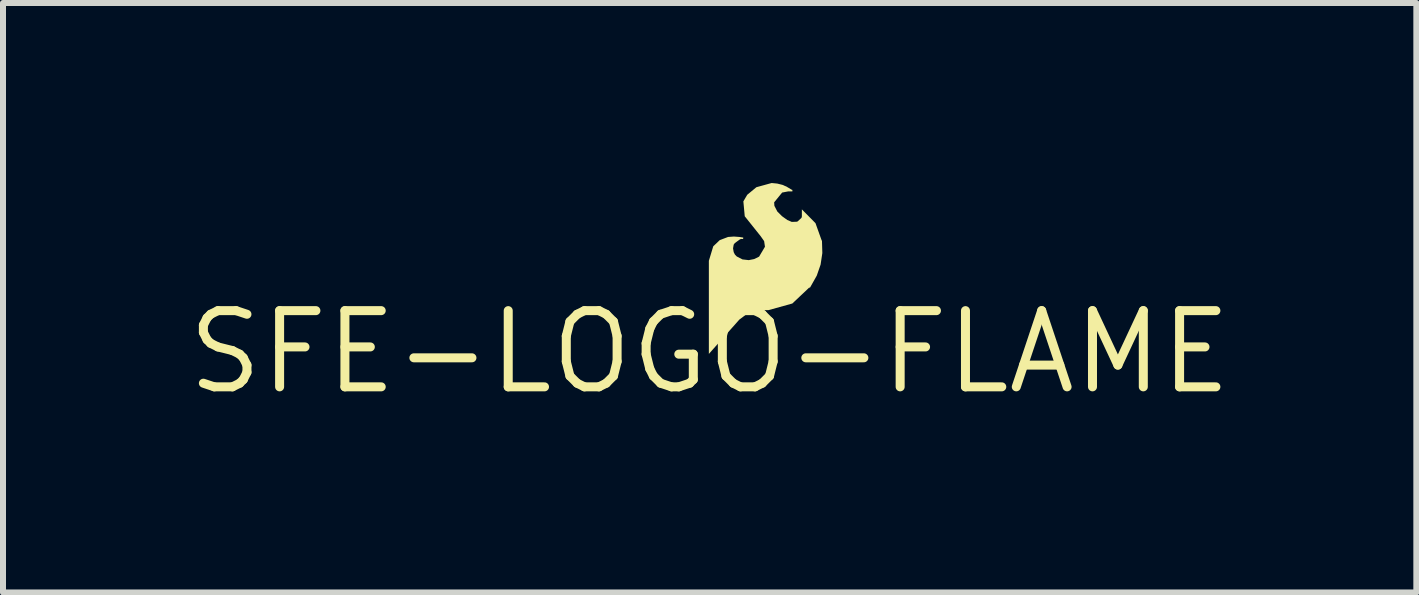
<source format=kicad_pcb>
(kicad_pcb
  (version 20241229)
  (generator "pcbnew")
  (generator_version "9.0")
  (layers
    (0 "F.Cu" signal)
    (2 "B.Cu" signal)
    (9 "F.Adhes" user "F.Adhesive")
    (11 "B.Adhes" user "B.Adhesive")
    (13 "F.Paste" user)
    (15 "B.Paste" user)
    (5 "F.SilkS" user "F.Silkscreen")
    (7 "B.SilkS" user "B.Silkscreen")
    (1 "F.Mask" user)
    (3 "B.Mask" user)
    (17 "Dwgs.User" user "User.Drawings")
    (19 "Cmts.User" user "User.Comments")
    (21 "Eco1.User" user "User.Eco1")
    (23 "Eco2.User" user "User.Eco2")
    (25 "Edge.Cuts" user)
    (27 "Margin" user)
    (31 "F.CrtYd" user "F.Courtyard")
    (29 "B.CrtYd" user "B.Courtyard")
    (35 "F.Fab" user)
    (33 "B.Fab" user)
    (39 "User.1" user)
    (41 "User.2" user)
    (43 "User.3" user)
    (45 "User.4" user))
  (footprint "SFE-LOGO-FLAME"
    (layer "F.Cu")
    (at 8.776 2.817)
    (property "Reference" "SFE-LOGO-FLAME" (at 0 0 0) (layer "F.SilkS") (effects (font (size 1.27 1.27) (thickness 0.15))))
    (fp_poly (pts (xy 1.126 -2.808) (xy 1.215 -2.786) (xy 1.228 -2.781) (xy 1.24 -2.775) (xy 1.257 -2.767) (xy 1.276 -2.76) (xy 1.372 -2.703) (xy 1.379 -2.703) (xy 1.379 -2.677) (xy 1.307 -2.677) (xy 1.208 -2.658) (xy 1.075 -2.495) (xy 1.079 -2.437) (xy 1.128 -2.342) (xy 1.205 -2.265) (xy 1.294 -2.201) (xy 1.369 -2.169) (xy 1.451 -2.172) (xy 1.459 -2.174) (xy 1.466 -2.177) (xy 1.531 -2.237) (xy 1.537 -2.26) (xy 1.537 -2.378) (xy 1.764 -2.148) (xy 1.868 -1.857) (xy 1.872 -1.857) (xy 1.878 -1.65) (xy 1.849 -1.457) (xy 1.785 -1.273) (xy 1.666 -1.062) (xy 1.666 -1.081) (xy 1.378 -0.809) (xy 0.982 -0.699) (xy 0.753 -0.699) (xy 0.716 -0.692) (xy 0.682 -0.68) (xy 0.496 -0.542) (xy -0.013 0.031) (xy -0.013 -1.521) (xy 0.06 -1.762) (xy 0.168 -1.865) (xy 0.307 -1.918) (xy 0.404 -1.925) (xy 0.499 -1.918) (xy 0.56 -1.908) (xy 0.558 -1.884) (xy 0.522 -1.885) (xy 0.502 -1.876) (xy 0.421 -1.817) (xy 0.401 -1.791) (xy 0.39 -1.728) (xy 0.401 -1.665) (xy 0.421 -1.625) (xy 0.452 -1.593) (xy 0.547 -1.544) (xy 0.652 -1.532) (xy 0.743 -1.55) (xy 0.824 -1.59) (xy 0.922 -1.755) (xy 0.908 -1.849) (xy 0.851 -1.93) (xy 0.585 -2.263) (xy 0.562 -2.511) (xy 0.627 -2.622) (xy 0.629 -2.623) (xy 0.779 -2.747) (xy 1.033 -2.817)) (stroke (width 0) (type solid)) (fill yes) (layer "F.SilkS")))
  (gr_rect
    (start -3 -3)
    (end 20.553 6.823)
    (stroke (width 0.1) (type default))
    (fill no)
    (layer "Edge.Cuts")))
</source>
